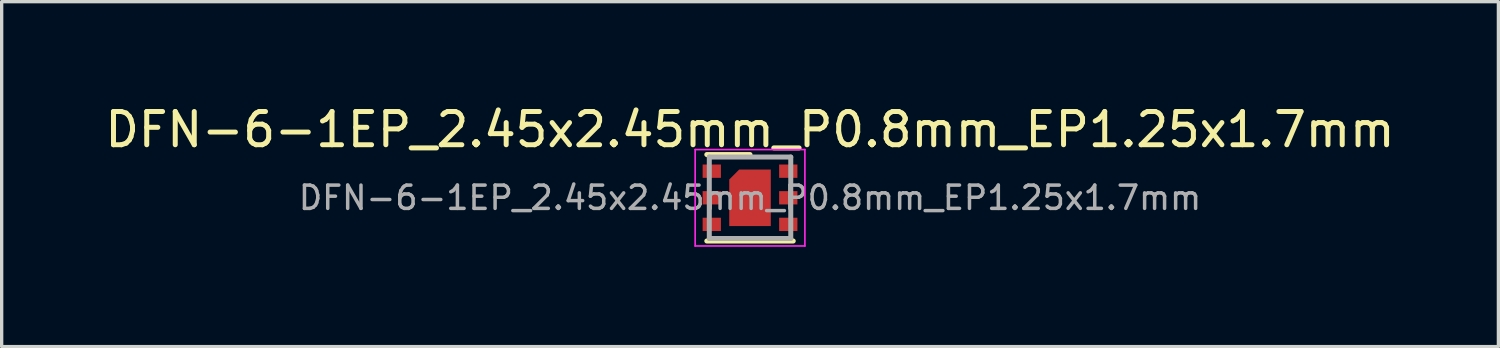
<source format=kicad_pcb>
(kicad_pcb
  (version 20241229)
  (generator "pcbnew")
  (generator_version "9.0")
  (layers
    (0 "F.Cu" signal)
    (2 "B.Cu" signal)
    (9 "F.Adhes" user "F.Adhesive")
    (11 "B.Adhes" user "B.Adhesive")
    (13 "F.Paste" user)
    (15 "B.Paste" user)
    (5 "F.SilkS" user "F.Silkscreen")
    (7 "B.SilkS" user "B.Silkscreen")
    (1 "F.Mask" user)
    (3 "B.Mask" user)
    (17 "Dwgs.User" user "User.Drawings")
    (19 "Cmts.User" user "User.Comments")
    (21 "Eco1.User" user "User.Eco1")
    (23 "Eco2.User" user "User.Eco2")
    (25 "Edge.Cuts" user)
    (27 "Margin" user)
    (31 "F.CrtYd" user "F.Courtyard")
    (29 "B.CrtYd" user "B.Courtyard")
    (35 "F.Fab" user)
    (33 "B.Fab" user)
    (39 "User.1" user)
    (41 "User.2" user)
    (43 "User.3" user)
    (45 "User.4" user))
  (footprint "DFN-6-1EP_2.45x2.45mm_P0.8mm_EP1.25x1.7mm"
    (layer "F.Cu")
    (at 19.506 2.898)
    (property "Reference" "DFN-6-1EP_2.45x2.45mm_P0.8mm_EP1.25x1.7mm" (at 0 -2.05 0) (unlocked yes) (layer "F.SilkS") (effects (font (size 1 1) (thickness 0.15))))
    (attr smd)
    (fp_line (start -1.3 1.3) (end 1.3 1.3) (stroke (width 0.15) (type solid)) (layer "F.SilkS"))
    (fp_line (start 0 -1.3) (end -1.3 -1.3) (stroke (width 0.15) (type solid)) (layer "F.SilkS"))
    (fp_line (start -1.65 -1.45) (end -1.65 1.45) (stroke (width 0.05) (type solid)) (layer "F.CrtYd"))
    (fp_line (start -1.65 -1.45) (end 1.65 -1.45) (stroke (width 0.05) (type solid)) (layer "F.CrtYd"))
    (fp_line (start -1.65 1.45) (end 1.65 1.45) (stroke (width 0.05) (type solid)) (layer "F.CrtYd"))
    (fp_line (start 1.65 -1.45) (end 1.65 1.45) (stroke (width 0.05) (type solid)) (layer "F.CrtYd"))
    (fp_line (start -1.225 -1.225) (end 1.225 -1.225) (stroke (width 0.15) (type solid)) (layer "F.Fab"))
    (fp_line (start -1.225 1.225) (end -1.225 -1.225) (stroke (width 0.15) (type solid)) (layer "F.Fab"))
    (fp_line (start 1.225 -1.225) (end 1.225 1.225) (stroke (width 0.15) (type solid)) (layer "F.Fab"))
    (fp_line (start 1.225 1.225) (end -1.225 1.225) (stroke (width 0.15) (type solid)) (layer "F.Fab"))
    (fp_text user "${REFERENCE}" (at 0 0 0) (layer "F.Fab") (effects (font (size 0.7 0.7) (thickness 0.105))))
    (pad "" smd rect (at -1.25 -0.8) (size 0.55 0.4) (layers "F.Paste"))
    (pad "" smd rect (at -1.25 0) (size 0.55 0.4) (layers "F.Paste"))
    (pad "" smd rect (at -1.25 0.8) (size 0.55 0.4) (layers "F.Paste"))
    (pad "" smd roundrect (at 0 0) (size 1.05 1.5) (layers "F.Paste") (roundrect_rratio 0) (chamfer_ratio 0.24) (chamfer top_left))
    (pad "" smd rect (at 1.25 -0.8) (size 0.55 0.4) (layers "F.Paste"))
    (pad "" smd rect (at 1.25 0) (size 0.55 0.4) (layers "F.Paste"))
    (pad "" smd rect (at 1.25 0.8) (size 0.55 0.4) (layers "F.Paste"))
    (pad "1" smd rect (at -1.15 -0.8) (size 0.55 0.4) (layers "F.Cu" "F.Mask" "F.Paste"))
    (pad "2" smd rect (at -1.15 0) (size 0.55 0.4) (layers "F.Cu" "F.Mask" "F.Paste"))
    (pad "3" smd rect (at -1.15 0.8) (size 0.55 0.4) (layers "F.Cu" "F.Mask" "F.Paste"))
    (pad "4" smd rect (at 1.15 0.8) (size 0.55 0.4) (layers "F.Cu" "F.Mask" "F.Paste"))
    (pad "5" smd rect (at 1.15 0) (size 0.55 0.4) (layers "F.Cu" "F.Mask" "F.Paste"))
    (pad "6" smd rect (at 1.15 -0.8) (size 0.55 0.4) (layers "F.Cu" "F.Mask" "F.Paste"))
    (pad "7" smd roundrect (at 0 0) (size 1.25 1.7) (layers "F.Cu" "F.Mask" "F.Paste") (roundrect_rratio 0) (chamfer_ratio 0.24) (chamfer top_left)))
  (gr_rect
    (start -3 -3)
    (end 42.012 7.373)
    (stroke (width 0.1) (type default))
    (fill no)
    (layer "Edge.Cuts")))
</source>
